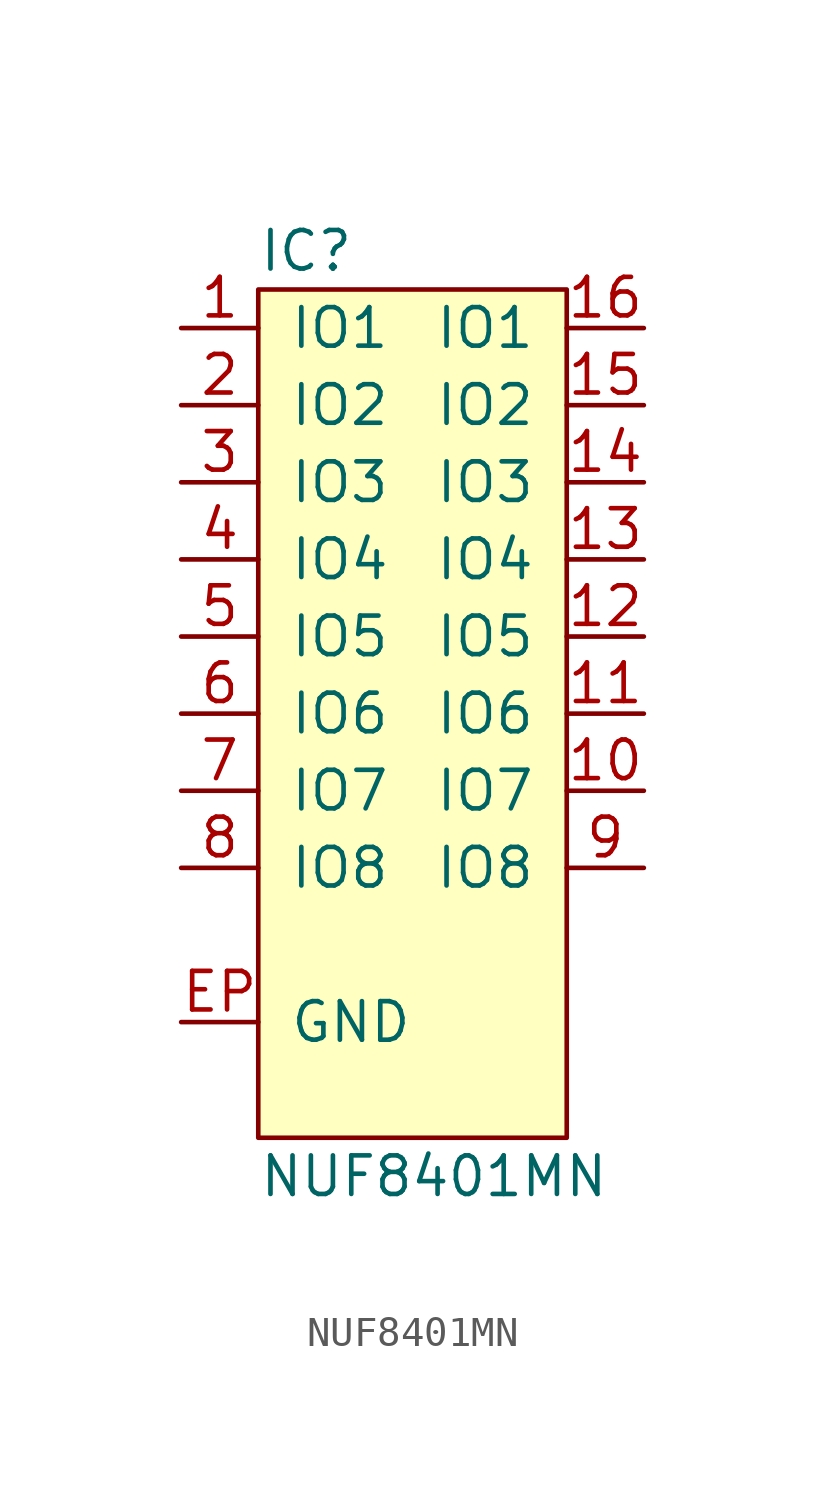
<source format=kicad_sym>
(kicad_symbol_lib
  (version 20211014)
  (generator agg_kicad.build_lib_ic)
  (symbol "NUF8401MN"
    (pin_names
      (offset 1.016))
    (property Reference IC
      (at -5.08 15.24 0)
      (effects (font (size 1.27 1.27)) (justify left)))
    (property Value "NUF8401MN"
      (at -5.08 -15.24 0)
      (effects (font (size 1.27 1.27)) (justify left)))
    (symbol "NUF8401MN_0_0"
      (rectangle (start -5.08 13.97) (end 5.08 -13.97) (stroke (width 0) (type default) (color 0 0 0 0)) (fill (type background)))
      (pin passive line (at -7.62 12.7 0) (length 2.54) (name "IO1" (effects (font (size 1.27 1.27)))) (number "1" (effects (font (size 1.27 1.27)))))
      (pin passive line (at -7.62 10.16 0) (length 2.54) (name "IO2" (effects (font (size 1.27 1.27)))) (number "2" (effects (font (size 1.27 1.27)))))
      (pin passive line (at -7.62 7.62 0) (length 2.54) (name "IO3" (effects (font (size 1.27 1.27)))) (number "3" (effects (font (size 1.27 1.27)))))
      (pin passive line (at -7.62 5.08 0) (length 2.54) (name "IO4" (effects (font (size 1.27 1.27)))) (number "4" (effects (font (size 1.27 1.27)))))
      (pin passive line (at -7.62 2.54 0) (length 2.54) (name "IO5" (effects (font (size 1.27 1.27)))) (number "5" (effects (font (size 1.27 1.27)))))
      (pin passive line (at -7.62 0 0) (length 2.54) (name "IO6" (effects (font (size 1.27 1.27)))) (number "6" (effects (font (size 1.27 1.27)))))
      (pin passive line (at -7.62 -2.54 0) (length 2.54) (name "IO7" (effects (font (size 1.27 1.27)))) (number "7" (effects (font (size 1.27 1.27)))))
      (pin passive line (at -7.62 -5.08 0) (length 2.54) (name "IO8" (effects (font (size 1.27 1.27)))) (number "8" (effects (font (size 1.27 1.27)))))
      (pin power_in line (at -7.62 -10.16 0) (length 2.54) (name GND (effects (font (size 1.27 1.27)))) (number EP (effects (font (size 1.27 1.27)))))
      (pin passive line (at 7.62 12.7 180) (length 2.54) (name "IO1" (effects (font (size 1.27 1.27)))) (number "16" (effects (font (size 1.27 1.27)))))
      (pin passive line (at 7.62 10.16 180) (length 2.54) (name "IO2" (effects (font (size 1.27 1.27)))) (number "15" (effects (font (size 1.27 1.27)))))
      (pin passive line (at 7.62 7.62 180) (length 2.54) (name "IO3" (effects (font (size 1.27 1.27)))) (number "14" (effects (font (size 1.27 1.27)))))
      (pin passive line (at 7.62 5.08 180) (length 2.54) (name "IO4" (effects (font (size 1.27 1.27)))) (number "13" (effects (font (size 1.27 1.27)))))
      (pin passive line (at 7.62 2.54 180) (length 2.54) (name "IO5" (effects (font (size 1.27 1.27)))) (number "12" (effects (font (size 1.27 1.27)))))
      (pin passive line (at 7.62 0 180) (length 2.54) (name "IO6" (effects (font (size 1.27 1.27)))) (number "11" (effects (font (size 1.27 1.27)))))
      (pin passive line (at 7.62 -2.54 180) (length 2.54) (name "IO7" (effects (font (size 1.27 1.27)))) (number "10" (effects (font (size 1.27 1.27)))))
      (pin passive line (at 7.62 -5.08 180) (length 2.54) (name "IO8" (effects (font (size 1.27 1.27)))) (number "9" (effects (font (size 1.27 1.27))))))))
</source>
